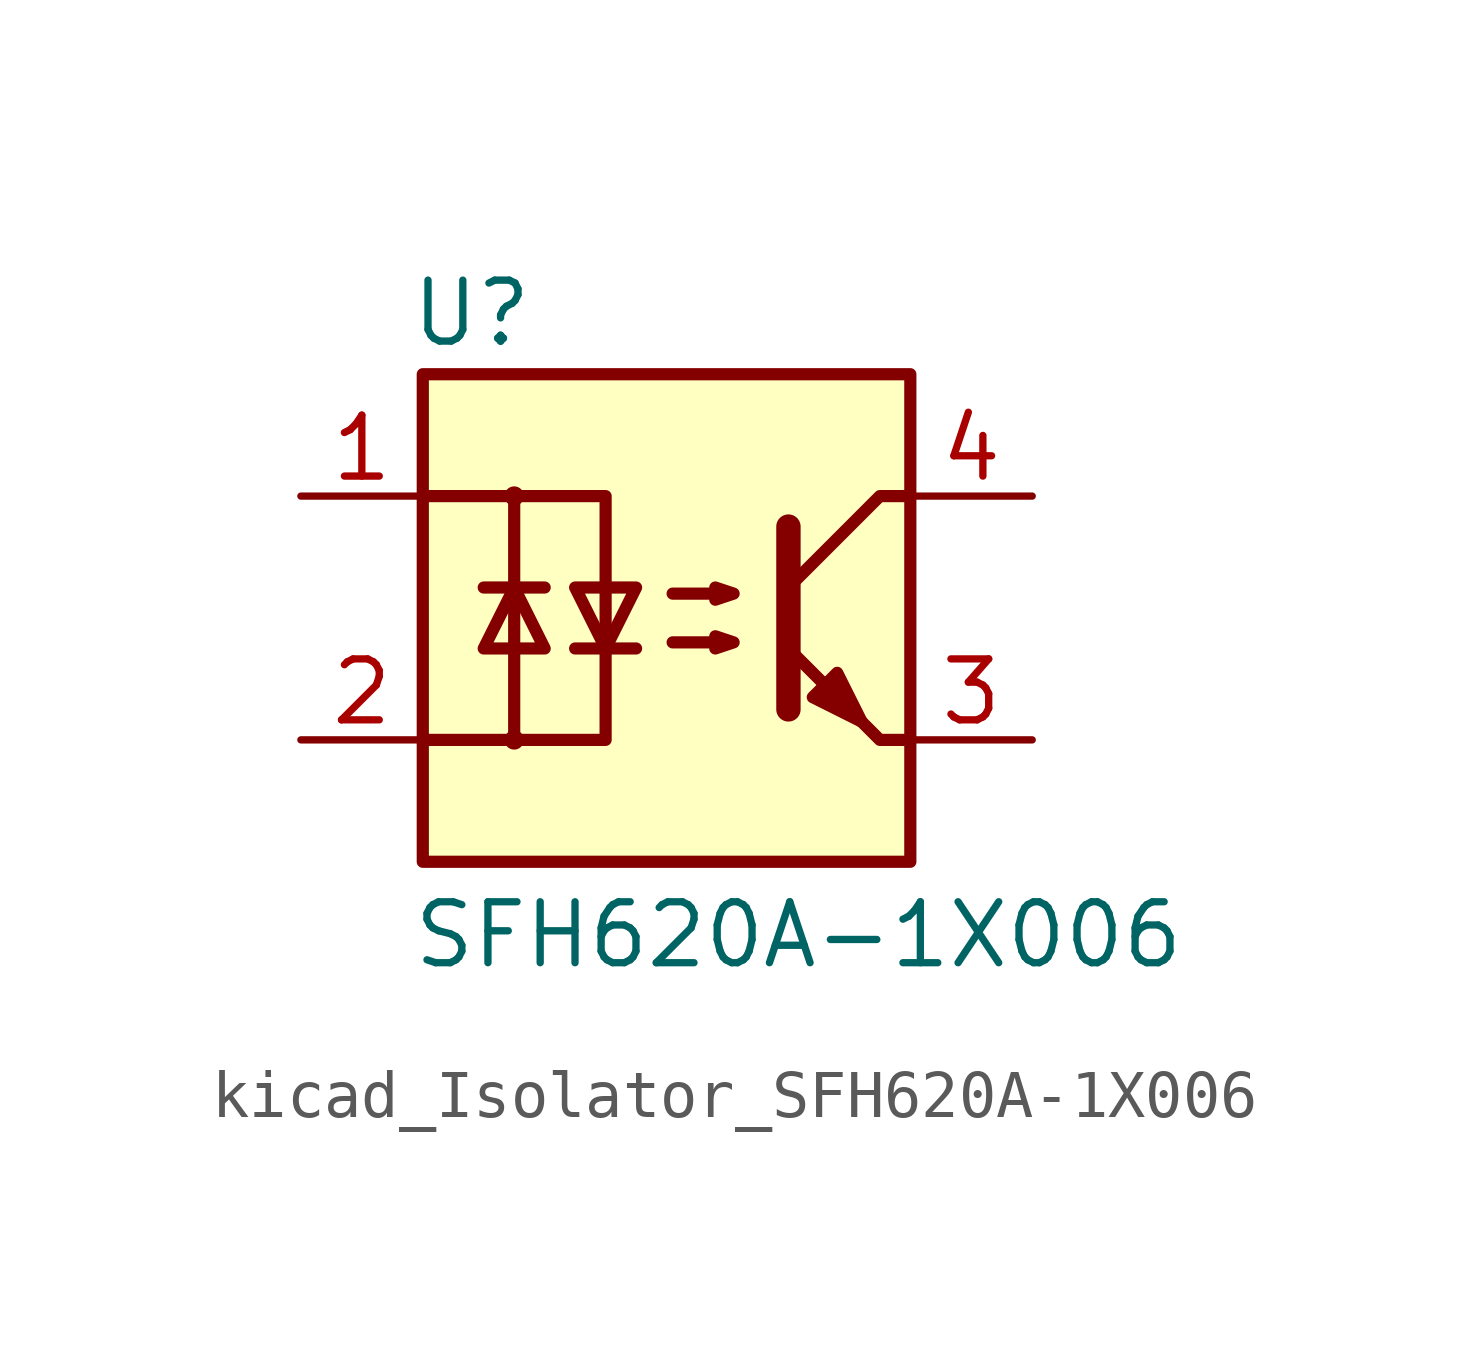
<source format=kicad_sym>
(kicad_symbol_lib
  (version 20220914)
  (generator kicad_symbol_editor)
  (symbol "kicad_Isolator_SFH620A-1X006"
    (pin_names
      (offset 1.016))
    (property "Reference" "U"
      (at -4.064 6.35 0)
      (effects (font (size 1.27 1.27))))
    (property "Value" "SFH620A-1X006"
      (at -5.334 -6.604 0)
      (effects (font (size 1.27 1.27)) (justify left)))
    (symbol "kicad_Isolator_SFH620A-1X006_1_1"
      (rectangle (start -5.08 5.08) (end 5.08 -5.08) (stroke (width 0.254) (type default)) (fill (type background)))
      (circle (center -3.175 -2.54) (radius 0.127) (stroke (width 0) (type default)) (fill (type none)))
      (circle (center -3.175 2.54) (radius 0.127) (stroke (width 0) (type default)) (fill (type none)))
      (polyline (pts (xy -3.81 0.635) (xy -2.54 0.635)) (stroke (width 0.254) (type default)) (fill (type none)))
      (polyline (pts (xy -1.905 -0.635) (xy -0.635 -0.635)) (stroke (width 0.254) (type default)) (fill (type none)))
      (polyline (pts (xy 2.54 1.905) (xy 2.54 -1.905) (xy 2.54 -1.905)) (stroke (width 0.508) (type default)) (fill (type none)))
      (polyline (pts (xy 5.08 -2.54) (xy 4.445 -2.54) (xy 2.54 -0.635)) (stroke (width 0.254) (type default)) (fill (type none)))
      (polyline (pts (xy 5.08 2.54) (xy 4.445 2.54) (xy 2.54 0.635)) (stroke (width 0.254) (type default)) (fill (type none)))
      (polyline (pts (xy -5.08 2.54) (xy -3.175 2.54) (xy -3.175 -2.54) (xy -5.08 -2.54)) (stroke (width 0.254) (type default)) (fill (type none)))
      (polyline (pts (xy -3.175 -2.54) (xy -1.27 -2.54) (xy -1.27 2.54) (xy -3.175 2.54)) (stroke (width 0.254) (type default)) (fill (type none)))
      (polyline (pts (xy -3.175 0.635) (xy -3.81 -0.635) (xy -2.54 -0.635) (xy -3.175 0.635)) (stroke (width 0.254) (type default)) (fill (type none)))
      (polyline (pts (xy -1.27 -0.635) (xy -1.905 0.635) (xy -0.635 0.635) (xy -1.27 -0.635)) (stroke (width 0.254) (type default)) (fill (type none)))
      (polyline (pts (xy 0.127 -0.508) (xy 1.397 -0.508) (xy 1.016 -0.635) (xy 1.016 -0.381) (xy 1.397 -0.508)) (stroke (width 0.254) (type default)) (fill (type none)))
      (polyline (pts (xy 0.127 0.508) (xy 1.397 0.508) (xy 1.016 0.381) (xy 1.016 0.635) (xy 1.397 0.508)) (stroke (width 0.254) (type default)) (fill (type none)))
      (polyline (pts (xy 3.048 -1.651) (xy 3.556 -1.143) (xy 4.064 -2.159) (xy 3.048 -1.651) (xy 3.048 -1.651)) (stroke (width 0.254) (type default)) (fill (type outline)))
      (pin passive line (at -7.62 2.54 0) (length 2.54) (name "~" (effects (font (size 1.27 1.27)))) (number "1" (effects (font (size 1.27 1.27)))))
      (pin passive line (at -7.62 -2.54 0) (length 2.54) (name "~" (effects (font (size 1.27 1.27)))) (number "2" (effects (font (size 1.27 1.27)))))
      (pin passive line (at 7.62 -2.54 180) (length 2.54) (name "~" (effects (font (size 1.27 1.27)))) (number "3" (effects (font (size 1.27 1.27)))))
      (pin passive line (at 7.62 2.54 180) (length 2.54) (name "~" (effects (font (size 1.27 1.27)))) (number "4" (effects (font (size 1.27 1.27))))))))
</source>
